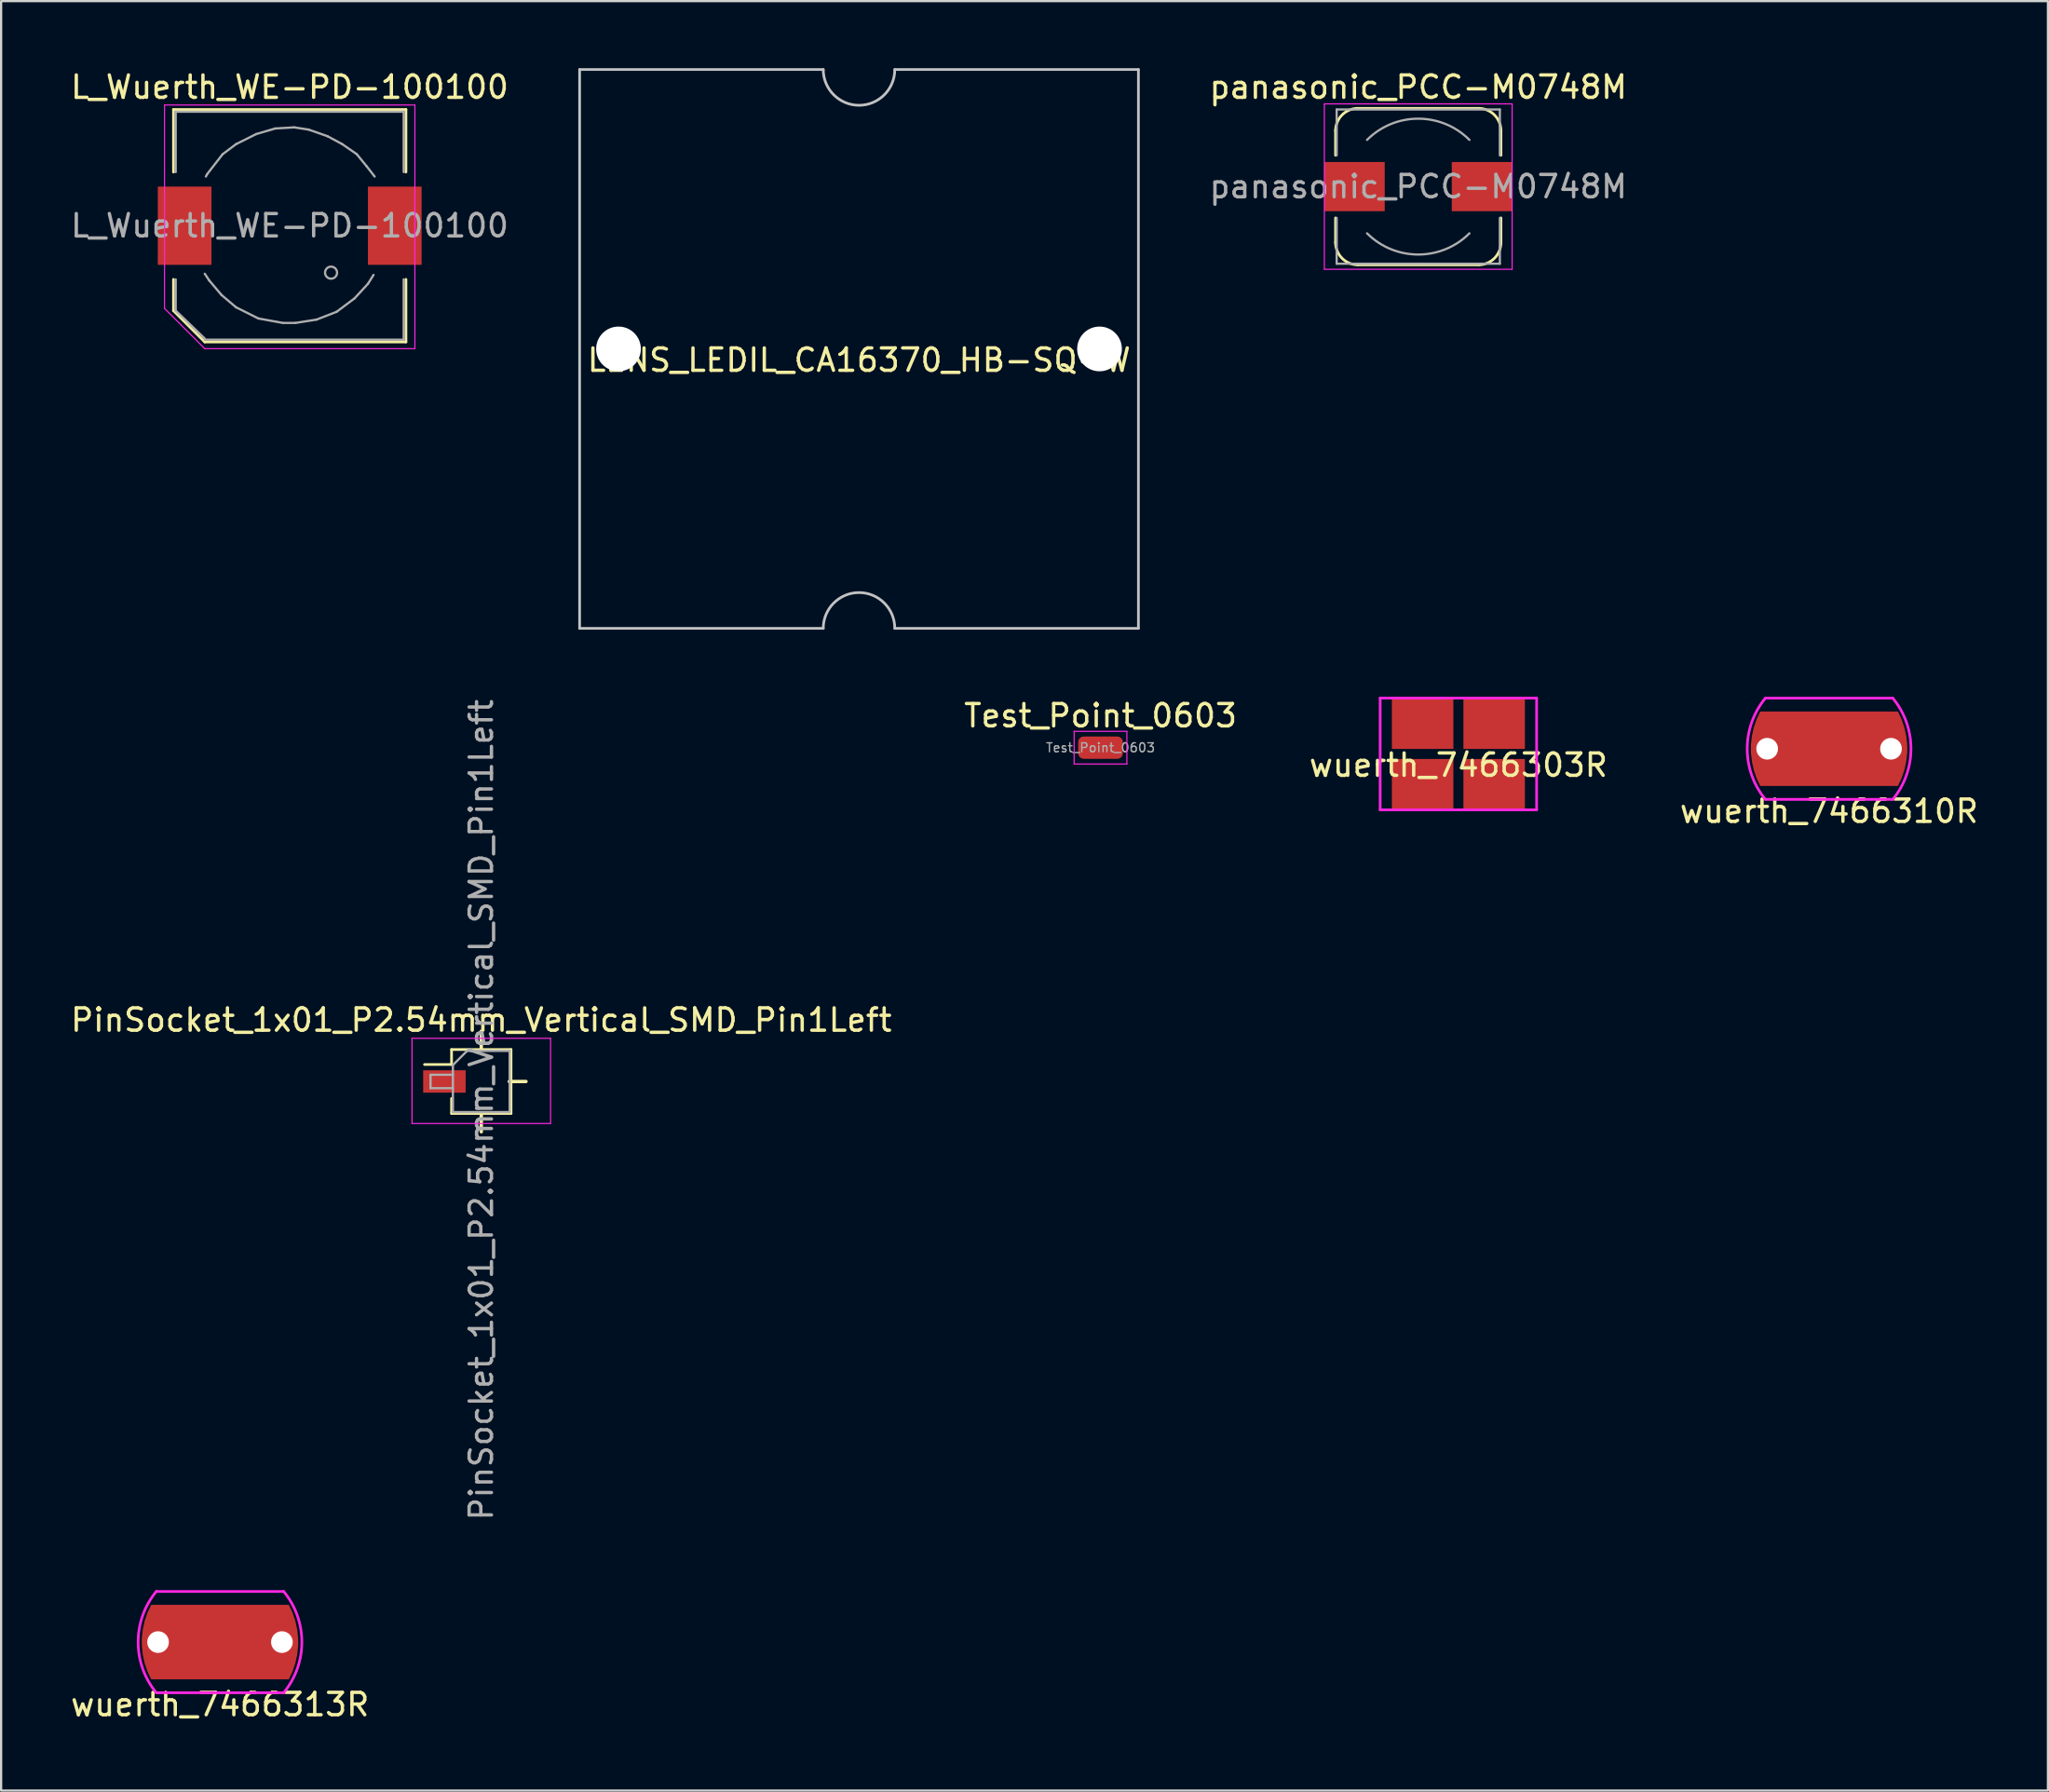
<source format=kicad_pcb>
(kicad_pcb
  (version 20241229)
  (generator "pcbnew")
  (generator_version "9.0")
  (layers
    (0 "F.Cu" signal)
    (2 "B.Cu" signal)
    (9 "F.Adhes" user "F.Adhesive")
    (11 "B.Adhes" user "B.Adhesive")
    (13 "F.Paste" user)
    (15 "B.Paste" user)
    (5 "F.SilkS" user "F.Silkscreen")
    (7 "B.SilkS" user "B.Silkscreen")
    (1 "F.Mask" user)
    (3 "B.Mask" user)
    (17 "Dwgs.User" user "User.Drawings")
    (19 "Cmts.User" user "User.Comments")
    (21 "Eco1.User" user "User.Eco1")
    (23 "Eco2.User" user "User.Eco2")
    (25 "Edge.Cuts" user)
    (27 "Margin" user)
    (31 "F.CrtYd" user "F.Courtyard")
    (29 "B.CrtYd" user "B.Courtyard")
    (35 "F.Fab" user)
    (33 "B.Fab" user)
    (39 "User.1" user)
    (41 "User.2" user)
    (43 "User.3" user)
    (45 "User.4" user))
  (footprint "L_Wuerth_WE-PD-100100"
    (layer "F.Cu")
    (at 9.911 7.048)
    (property "Reference" "L_Wuerth_WE-PD-100100" (at 0 -6.2 0) (layer "F.SilkS") (effects (font (size 1 1) (thickness 0.15))))
    (attr smd)
    (fp_line (start -5.2 -5.2) (end 5.2 -5.2) (stroke (width 0.12) (type solid)) (layer "F.SilkS"))
    (fp_line (start -5.2 -2.4) (end -5.2 -5.2) (stroke (width 0.12) (type solid)) (layer "F.SilkS"))
    (fp_line (start -5.2 3.8) (end -5.2 2.4) (stroke (width 0.12) (type solid)) (layer "F.SilkS"))
    (fp_line (start -3.8 5.2) (end -5.2 3.8) (stroke (width 0.12) (type solid)) (layer "F.SilkS"))
    (fp_line (start 5.2 -5.2) (end 5.2 -2.4) (stroke (width 0.12) (type solid)) (layer "F.SilkS"))
    (fp_line (start 5.2 2.4) (end 5.2 5.2) (stroke (width 0.12) (type solid)) (layer "F.SilkS"))
    (fp_line (start 5.2 5.2) (end -3.8 5.2) (stroke (width 0.12) (type solid)) (layer "F.SilkS"))
    (fp_line (start -5.6 -5.4) (end 5.6 -5.4) (stroke (width 0.05) (type solid)) (layer "F.CrtYd"))
    (fp_line (start -5.6 3.7) (end -5.6 -5.4) (stroke (width 0.05) (type solid)) (layer "F.CrtYd"))
    (fp_line (start -3.8 5.5) (end -5.6 3.7) (stroke (width 0.05) (type solid)) (layer "F.CrtYd"))
    (fp_line (start 5.6 -5.4) (end 5.6 5.5) (stroke (width 0.05) (type solid)) (layer "F.CrtYd"))
    (fp_line (start 5.6 5.5) (end -3.8 5.5) (stroke (width 0.05) (type solid)) (layer "F.CrtYd"))
    (fp_line (start -5.1 -5.1) (end -5.1 -2.4) (stroke (width 0.1) (type solid)) (layer "F.Fab"))
    (fp_line (start -5.1 2.4) (end -5.1 3.8) (stroke (width 0.1) (type solid)) (layer "F.Fab"))
    (fp_line (start -5.1 3.8) (end -3.8 5.05) (stroke (width 0.1) (type solid)) (layer "F.Fab"))
    (fp_line (start -3.8 2.15) (end -3.6 2.45) (stroke (width 0.1) (type solid)) (layer "F.Fab"))
    (fp_line (start -3.7 -2.3) (end -3.75 -2.2) (stroke (width 0.1) (type solid)) (layer "F.Fab"))
    (fp_line (start -3.6 2.45) (end -3.05 3.1) (stroke (width 0.1) (type solid)) (layer "F.Fab"))
    (fp_line (start -3.05 3.1) (end -2.4 3.65) (stroke (width 0.1) (type solid)) (layer "F.Fab"))
    (fp_line (start -3 -3.2) (end -3.7 -2.3) (stroke (width 0.1) (type solid)) (layer "F.Fab"))
    (fp_line (start -2.4 -3.65) (end -3 -3.2) (stroke (width 0.1) (type solid)) (layer "F.Fab"))
    (fp_line (start -2.4 3.65) (end -1.4 4.15) (stroke (width 0.1) (type solid)) (layer "F.Fab"))
    (fp_line (start -1.5 -4.1) (end -2.4 -3.65) (stroke (width 0.1) (type solid)) (layer "F.Fab"))
    (fp_line (start -1.4 4.15) (end -0.3 4.35) (stroke (width 0.1) (type solid)) (layer "F.Fab"))
    (fp_line (start -0.65 -4.35) (end -1.5 -4.1) (stroke (width 0.1) (type solid)) (layer "F.Fab"))
    (fp_line (start -0.3 4.35) (end 0.25 4.35) (stroke (width 0.1) (type solid)) (layer "F.Fab"))
    (fp_line (start 0.2 -4.4) (end -0.65 -4.35) (stroke (width 0.1) (type solid)) (layer "F.Fab"))
    (fp_line (start 0.25 4.35) (end 1.2 4.2) (stroke (width 0.1) (type solid)) (layer "F.Fab"))
    (fp_line (start 0.85 -4.3) (end 0.2 -4.4) (stroke (width 0.1) (type solid)) (layer "F.Fab"))
    (fp_line (start 1.2 4.2) (end 2.1 3.85) (stroke (width 0.1) (type solid)) (layer "F.Fab"))
    (fp_line (start 1.7 -4) (end 0.85 -4.3) (stroke (width 0.1) (type solid)) (layer "F.Fab"))
    (fp_line (start 2.1 3.85) (end 2.9 3.25) (stroke (width 0.1) (type solid)) (layer "F.Fab"))
    (fp_line (start 2.35 -3.65) (end 1.7 -4) (stroke (width 0.1) (type solid)) (layer "F.Fab"))
    (fp_line (start 2.9 3.25) (end 3.5 2.6) (stroke (width 0.1) (type solid)) (layer "F.Fab"))
    (fp_line (start 3 -3.2) (end 2.35 -3.65) (stroke (width 0.1) (type solid)) (layer "F.Fab"))
    (fp_line (start 3.45 -2.65) (end 3 -3.2) (stroke (width 0.1) (type solid)) (layer "F.Fab"))
    (fp_line (start 3.5 2.6) (end 3.75 2.2) (stroke (width 0.1) (type solid)) (layer "F.Fab"))
    (fp_line (start 3.8 -2.2) (end 3.45 -2.65) (stroke (width 0.1) (type solid)) (layer "F.Fab"))
    (fp_line (start 5.1 -5.1) (end -5.1 -5.1) (stroke (width 0.1) (type solid)) (layer "F.Fab"))
    (fp_line (start 5.1 -5.1) (end 5.1 -2.4) (stroke (width 0.1) (type solid)) (layer "F.Fab"))
    (fp_line (start 5.1 5.1) (end -3.8 5.1) (stroke (width 0.1) (type solid)) (layer "F.Fab"))
    (fp_line (start 5.1 5.1) (end 5.1 2.4) (stroke (width 0.1) (type solid)) (layer "F.Fab"))
    (fp_circle (center 1.85 2.1) (end 2.1 2.2) (stroke (width 0.1) (type solid)) (fill no) (layer "F.Fab"))
    (fp_text user "${REFERENCE}" (at 0 0 0) (layer "F.Fab") (effects (font (size 1 1) (thickness 0.15))))
    (pad "1" smd rect (at -4.7 0) (size 2.4 3.5) (layers "F.Cu" "F.Mask" "F.Paste"))
    (pad "2" smd rect (at 4.7 0) (size 2.4 3.5) (layers "F.Cu" "F.Mask" "F.Paste")))
  (footprint "wuerth_7466303R"
    (layer "F.Cu")
    (at 62.196 30.68)
    (property "Reference" "wuerth_7466303R" (at 0 0.5 0) (layer "F.SilkS") (effects (font (size 1 1) (thickness 0.15))))
    (attr smd)
    (fp_line (start -3.5 -2.5) (end 3.5 -2.5) (stroke (width 0.12) (type solid)) (layer "F.CrtYd"))
    (fp_line (start -3.5 2.5) (end -3.5 -2.5) (stroke (width 0.12) (type solid)) (layer "F.CrtYd"))
    (fp_line (start 3.5 -2.5) (end 3.5 2.5) (stroke (width 0.12) (type solid)) (layer "F.CrtYd"))
    (fp_line (start 3.5 2.5) (end -3.5 2.5) (stroke (width 0.12) (type solid)) (layer "F.CrtYd"))
    (pad "" smd rect (at -1.6 -1.35) (size 2.75 2.25) (layers "F.Cu" "F.Mask" "F.Paste"))
    (pad "" smd rect (at -1.6 1.35) (size 2.75 2.25) (layers "F.Cu" "F.Mask" "F.Paste"))
    (pad "" smd rect (at 1.6 1.35 180) (size 2.75 2.25) (layers "F.Cu" "F.Mask" "F.Paste"))
    (pad "1" smd rect (at 1.6 -1.35 180) (size 2.75 2.25) (layers "F.Cu" "F.Mask" "F.Paste")))
  (footprint "panasonic_PCC-M0748M"
    (layer "F.Cu")
    (at 60.4 5.298)
    (property "Reference" "panasonic_PCC-M0748M" (at 0 -4.45 0) (layer "F.SilkS") (effects (font (size 1 1) (thickness 0.15))))
    (attr smd)
    (fp_line (start -3.7 -1.4) (end -3.7 -2.5) (stroke (width 0.12) (type solid)) (layer "F.SilkS"))
    (fp_line (start -3.7 2.5) (end -3.7 1.4) (stroke (width 0.12) (type solid)) (layer "F.SilkS"))
    (fp_line (start -2.7 -3.5) (end 2.7 -3.5) (stroke (width 0.12) (type solid)) (layer "F.SilkS"))
    (fp_line (start 2.7 3.5) (end -2.7 3.5) (stroke (width 0.12) (type solid)) (layer "F.SilkS"))
    (fp_line (start 3.7 -2.5) (end 3.7 -1.4) (stroke (width 0.12) (type solid)) (layer "F.SilkS"))
    (fp_line (start 3.7 1.4) (end 3.7 2.5) (stroke (width 0.12) (type solid)) (layer "F.SilkS"))
    (fp_arc (start -3.7 -2.5) (mid -3.407107 -3.207107) (end -2.7 -3.5) (stroke (width 0.12) (type solid)) (layer "F.SilkS"))
    (fp_arc (start -2.7 3.5) (mid -3.407107 3.207107) (end -3.7 2.5) (stroke (width 0.12) (type solid)) (layer "F.SilkS"))
    (fp_arc (start 2.7 -3.5) (mid 3.407107 -3.207107) (end 3.7 -2.5) (stroke (width 0.12) (type solid)) (layer "F.SilkS"))
    (fp_arc (start 3.7 2.5) (mid 3.407107 3.207107) (end 2.7 3.5) (stroke (width 0.12) (type solid)) (layer "F.SilkS"))
    (fp_line (start -4.2 -3.7) (end -4.2 3.7) (stroke (width 0.05) (type solid)) (layer "F.CrtYd"))
    (fp_line (start -4.2 3.7) (end 4.2 3.7) (stroke (width 0.05) (type solid)) (layer "F.CrtYd"))
    (fp_line (start 4.2 -3.7) (end -4.2 -3.7) (stroke (width 0.05) (type solid)) (layer "F.CrtYd"))
    (fp_line (start 4.2 3.7) (end 4.2 -3.7) (stroke (width 0.05) (type solid)) (layer "F.CrtYd"))
    (fp_line (start -3.65 -3.45) (end -3.65 -1.4) (stroke (width 0.1) (type solid)) (layer "F.Fab"))
    (fp_line (start -3.65 -3.45) (end 3.65 -3.45) (stroke (width 0.1) (type solid)) (layer "F.Fab"))
    (fp_line (start -3.65 3.45) (end -3.65 1.4) (stroke (width 0.1) (type solid)) (layer "F.Fab"))
    (fp_line (start 3.65 -3.45) (end 3.65 -1.4) (stroke (width 0.1) (type solid)) (layer "F.Fab"))
    (fp_line (start 3.65 3.45) (end -3.65 3.45) (stroke (width 0.1) (type solid)) (layer "F.Fab"))
    (fp_line (start 3.65 3.45) (end 3.65 1.4) (stroke (width 0.1) (type solid)) (layer "F.Fab"))
    (fp_arc (start -2.29 -2.09) (mid 0 -3.038549) (end 2.29 -2.09) (stroke (width 0.1) (type solid)) (layer "F.Fab"))
    (fp_arc (start 2.29 2.09) (mid 0 3.038549) (end -2.29 2.09) (stroke (width 0.1) (type solid)) (layer "F.Fab"))
    (fp_text user "${REFERENCE}" (at 0 0 0) (layer "F.Fab") (effects (font (size 1 1) (thickness 0.15))))
    (pad "1" smd rect (at -2.85 0) (size 2.7 2.2) (layers "F.Cu" "F.Mask" "F.Paste"))
    (pad "2" smd rect (at 2.85 0) (size 2.7 2.2) (layers "F.Cu" "F.Mask" "F.Paste")))
  (footprint "wuerth_7466313R"
    (layer "F.Cu")
    (at 6.792 70.412)
    (property "Reference" "wuerth_7466313R" (at 0 2.794 0) (layer "F.SilkS") (effects (font (size 1 1) (thickness 0.15))))
    (attr through_hole)
    (fp_line (start -2.85 -2.265) (end 2.85 -2.265) (stroke (width 0.12) (type solid)) (layer "F.CrtYd"))
    (fp_line (start 2.85 2.265) (end -2.85 2.265) (stroke (width 0.12) (type solid)) (layer "F.CrtYd"))
    (fp_arc (start -2.85 2.265) (mid -3.662685 -0.001485) (end -2.84811 -2.267292) (stroke (width 0.12) (type solid)) (layer "F.CrtYd"))
    (fp_arc (start 2.85 -2.265) (mid 3.662685 0.001485) (end 2.84811 2.267292) (stroke (width 0.12) (type solid)) (layer "F.CrtYd"))
    (pad "" np_thru_hole circle (at -2.77 0 180) (size 0.97 0.97) (drill 0.97) (layers "*.Cu" "*.Mask"))
    (pad "" np_thru_hole circle (at 2.77 0) (size 0.97 0.97) (drill 0.97) (layers "*.Cu" "*.Mask"))
    (pad "1" smd custom (at 0 0) (size 1 1) (layers "F.Cu" "F.Mask" "F.Paste") (options (anchor rect)) (primitives (gr_poly (pts (xy 3.079 -1.665) (xy 3.243 -1.316) (xy 3.368 -0.952) (xy 3.452 -0.576) (xy 3.495 -0.193) (xy 3.5 0) (xy 0 0) (xy 0 -1.665)) (width 0) (fill yes)) (gr_poly (pts (xy 3.079 1.665) (xy 3.243 1.316) (xy 3.368 0.952) (xy 3.452 0.576) (xy 3.495 0.193) (xy 3.5 0) (xy 0 0) (xy 0 1.665)) (width 0) (fill yes)) (gr_poly (pts (xy -3.079 -1.665) (xy -3.243 -1.316) (xy -3.368 -0.952) (xy -3.452 -0.576) (xy -3.495 -0.193) (xy -3.5 0) (xy 0 0) (xy 0 -1.665)) (width 0) (fill yes)) (gr_poly (pts (xy -3.079 1.665) (xy -3.243 1.316) (xy -3.368 0.952) (xy -3.452 0.576) (xy -3.495 0.193) (xy -3.5 0) (xy 0 0) (xy 0 1.665)) (width 0) (fill yes)))))
  (footprint "wuerth_7466310R"
    (layer "F.Cu")
    (at 78.78 30.447)
    (property "Reference" "wuerth_7466310R" (at 0 2.794 0) (layer "F.SilkS") (effects (font (size 1 1) (thickness 0.15))))
    (attr through_hole)
    (fp_line (start -2.85 -2.265) (end 2.85 -2.265) (stroke (width 0.12) (type solid)) (layer "F.CrtYd"))
    (fp_line (start 2.85 2.265) (end -2.85 2.265) (stroke (width 0.12) (type solid)) (layer "F.CrtYd"))
    (fp_arc (start -2.85 2.265) (mid -3.662685 -0.001485) (end -2.84811 -2.267292) (stroke (width 0.12) (type solid)) (layer "F.CrtYd"))
    (fp_arc (start 2.85 -2.265) (mid 3.662685 0.001485) (end 2.84811 2.267292) (stroke (width 0.12) (type solid)) (layer "F.CrtYd"))
    (pad "" np_thru_hole circle (at -2.77 0 180) (size 0.97 0.97) (drill 0.97) (layers "*.Cu" "*.Mask"))
    (pad "" np_thru_hole circle (at 2.77 0) (size 0.97 0.97) (drill 0.97) (layers "*.Cu" "*.Mask"))
    (pad "1" smd custom (at 0 0) (size 1 1) (layers "F.Cu" "F.Mask" "F.Paste") (options (anchor rect)) (primitives (gr_poly (pts (xy 3.079 -1.665) (xy 3.243 -1.316) (xy 3.368 -0.952) (xy 3.452 -0.576) (xy 3.495 -0.193) (xy 3.5 0) (xy 0 0) (xy 0 -1.665)) (width 0) (fill yes)) (gr_poly (pts (xy 3.079 1.665) (xy 3.243 1.316) (xy 3.368 0.952) (xy 3.452 0.576) (xy 3.495 0.193) (xy 3.5 0) (xy 0 0) (xy 0 1.665)) (width 0) (fill yes)) (gr_poly (pts (xy -3.079 -1.665) (xy -3.243 -1.316) (xy -3.368 -0.952) (xy -3.452 -0.576) (xy -3.495 -0.193) (xy -3.5 0) (xy 0 0) (xy 0 -1.665)) (width 0) (fill yes)) (gr_poly (pts (xy -3.079 1.665) (xy -3.243 1.316) (xy -3.368 0.952) (xy -3.452 0.576) (xy -3.495 0.193) (xy -3.5 0) (xy 0 0) (xy 0 1.665)) (width 0) (fill yes)))))
  (footprint "Test_Point_0603"
    (layer "F.Cu")
    (at 46.185 30.398)
    (property "Reference" "Test_Point_0603" (at 0 -1.43 0) (layer "F.SilkS") (effects (font (size 1 1) (thickness 0.15))))
    (attr smd)
    (fp_line (start -1.18 -0.73) (end 1.18 -0.73) (stroke (width 0.05) (type solid)) (layer "F.CrtYd"))
    (fp_line (start -1.18 0.73) (end -1.18 -0.73) (stroke (width 0.05) (type solid)) (layer "F.CrtYd"))
    (fp_line (start 1.18 -0.73) (end 1.18 0.73) (stroke (width 0.05) (type solid)) (layer "F.CrtYd"))
    (fp_line (start 1.18 0.73) (end -1.18 0.73) (stroke (width 0.05) (type solid)) (layer "F.CrtYd"))
    (fp_text user "${REFERENCE}" (at 0 0 0) (layer "F.Fab") (effects (font (size 0.4 0.4) (thickness 0.06))))
    (pad "1" smd roundrect (at 0 0) (size 2 1) (layers "F.Cu" "F.Mask" "F.Paste") (roundrect_rratio 0.25)))
  (footprint "PinSocket_1x01_P2.54mm_Vertical_SMD_Pin1Left"
    (layer "F.Cu")
    (at 18.482 45.332)
    (property "Reference" "PinSocket_1x01_P2.54mm_Vertical_SMD_Pin1Left" (at 0 -2.75 0) (layer "F.SilkS") (effects (font (size 1 1) (thickness 0.15))))
    (attr smd)
    (fp_line (start -2.54 -0.76) (end -1.33 -0.76) (stroke (width 0.12) (type solid)) (layer "F.SilkS"))
    (fp_line (start -1.33 -1.43) (end -1.33 -0.76) (stroke (width 0.12) (type solid)) (layer "F.SilkS"))
    (fp_line (start -1.33 -1.43) (end 1.33 -1.43) (stroke (width 0.12) (type solid)) (layer "F.SilkS"))
    (fp_line (start -1.33 0.76) (end -1.33 1.43) (stroke (width 0.12) (type solid)) (layer "F.SilkS"))
    (fp_line (start -1.33 1.43) (end 1.33 1.43) (stroke (width 0.12) (type solid)) (layer "F.SilkS"))
    (fp_line (start 0 -1.5) (end 0 -2.25) (stroke (width 0.152) (type solid)) (layer "F.SilkS"))
    (fp_line (start 0 1.5) (end 0 2.25) (stroke (width 0.152) (type solid)) (layer "F.SilkS"))
    (fp_line (start 1.25 0) (end 2 0) (stroke (width 0.152) (type solid)) (layer "F.SilkS"))
    (fp_line (start 1.33 -1.43) (end 1.33 1.43) (stroke (width 0.12) (type solid)) (layer "F.SilkS"))
    (fp_line (start -3.1 -1.93) (end 3.1 -1.93) (stroke (width 0.05) (type solid)) (layer "F.CrtYd"))
    (fp_line (start -3.1 1.88) (end -3.1 -1.93) (stroke (width 0.05) (type solid)) (layer "F.CrtYd"))
    (fp_line (start 3.1 -1.93) (end 3.1 1.88) (stroke (width 0.05) (type solid)) (layer "F.CrtYd"))
    (fp_line (start 3.1 1.88) (end -3.1 1.88) (stroke (width 0.05) (type solid)) (layer "F.CrtYd"))
    (fp_line (start -2.27 -0.3) (end -1.27 -0.3) (stroke (width 0.1) (type solid)) (layer "F.Fab"))
    (fp_line (start -2.27 0.3) (end -2.27 -0.3) (stroke (width 0.1) (type solid)) (layer "F.Fab"))
    (fp_line (start -1.27 -0.735) (end -0.635 -1.37) (stroke (width 0.1) (type solid)) (layer "F.Fab"))
    (fp_line (start -1.27 0.3) (end -2.27 0.3) (stroke (width 0.1) (type solid)) (layer "F.Fab"))
    (fp_line (start -1.27 1.37) (end -1.27 -0.735) (stroke (width 0.1) (type solid)) (layer "F.Fab"))
    (fp_line (start -0.635 -1.37) (end 1.27 -1.37) (stroke (width 0.1) (type solid)) (layer "F.Fab"))
    (fp_line (start 1.27 -1.37) (end 1.27 1.37) (stroke (width 0.1) (type solid)) (layer "F.Fab"))
    (fp_line (start 1.27 1.37) (end -1.27 1.37) (stroke (width 0.1) (type solid)) (layer "F.Fab"))
    (fp_text user "${REFERENCE}" (at 0 1.27 90) (layer "F.Fab") (effects (font (size 1 1) (thickness 0.15))))
    (pad "1" smd rect (at -1.65 0) (size 1.9 1) (layers "F.Cu" "F.Mask" "F.Paste")))
  (footprint "LENS_LEDIL_CA16370_HB-SQ-W"
    (layer "F.Cu")
    (at 35.381 12.56)
    (property "Reference" "LENS_LEDIL_CA16370_HB-SQ-W" (at 0 0.5 0) (layer "F.SilkS") (effects (font (size 1 1) (thickness 0.15))))
    (attr through_hole)
    (fp_line (start -12.5 -12.5) (end -1.6 -12.5) (stroke (width 0.12) (type solid)) (layer "Dwgs.User"))
    (fp_line (start -12.5 12.5) (end -12.5 -12.5) (stroke (width 0.12) (type solid)) (layer "Dwgs.User"))
    (fp_line (start -1.6 12.5) (end -12.5 12.5) (stroke (width 0.12) (type solid)) (layer "Dwgs.User"))
    (fp_line (start 1.6 -12.5) (end 12.5 -12.5) (stroke (width 0.12) (type solid)) (layer "Dwgs.User"))
    (fp_line (start 12.5 -12.5) (end 12.5 12.5) (stroke (width 0.12) (type solid)) (layer "Dwgs.User"))
    (fp_line (start 12.5 12.5) (end 1.6 12.5) (stroke (width 0.12) (type solid)) (layer "Dwgs.User"))
    (fp_arc (start -1.6 12.5) (mid 0 10.9) (end 1.6 12.5) (stroke (width 0.12) (type solid)) (layer "Dwgs.User"))
    (fp_arc (start 1.6 -12.5) (mid 0 -10.9) (end -1.6 -12.5) (stroke (width 0.12) (type solid)) (layer "Dwgs.User"))
    (pad "" np_thru_hole circle (at -10.76 0) (size 2 2) (drill 2) (layers "*.Cu" "*.Mask"))
    (pad "" np_thru_hole circle (at 10.76 0) (size 2 2) (drill 2) (layers "*.Cu" "*.Mask")))
  (gr_rect
    (start -3 -3)
    (end 88.571 77.054)
    (stroke (width 0.1) (type default))
    (fill no)
    (layer "Edge.Cuts")))
</source>
